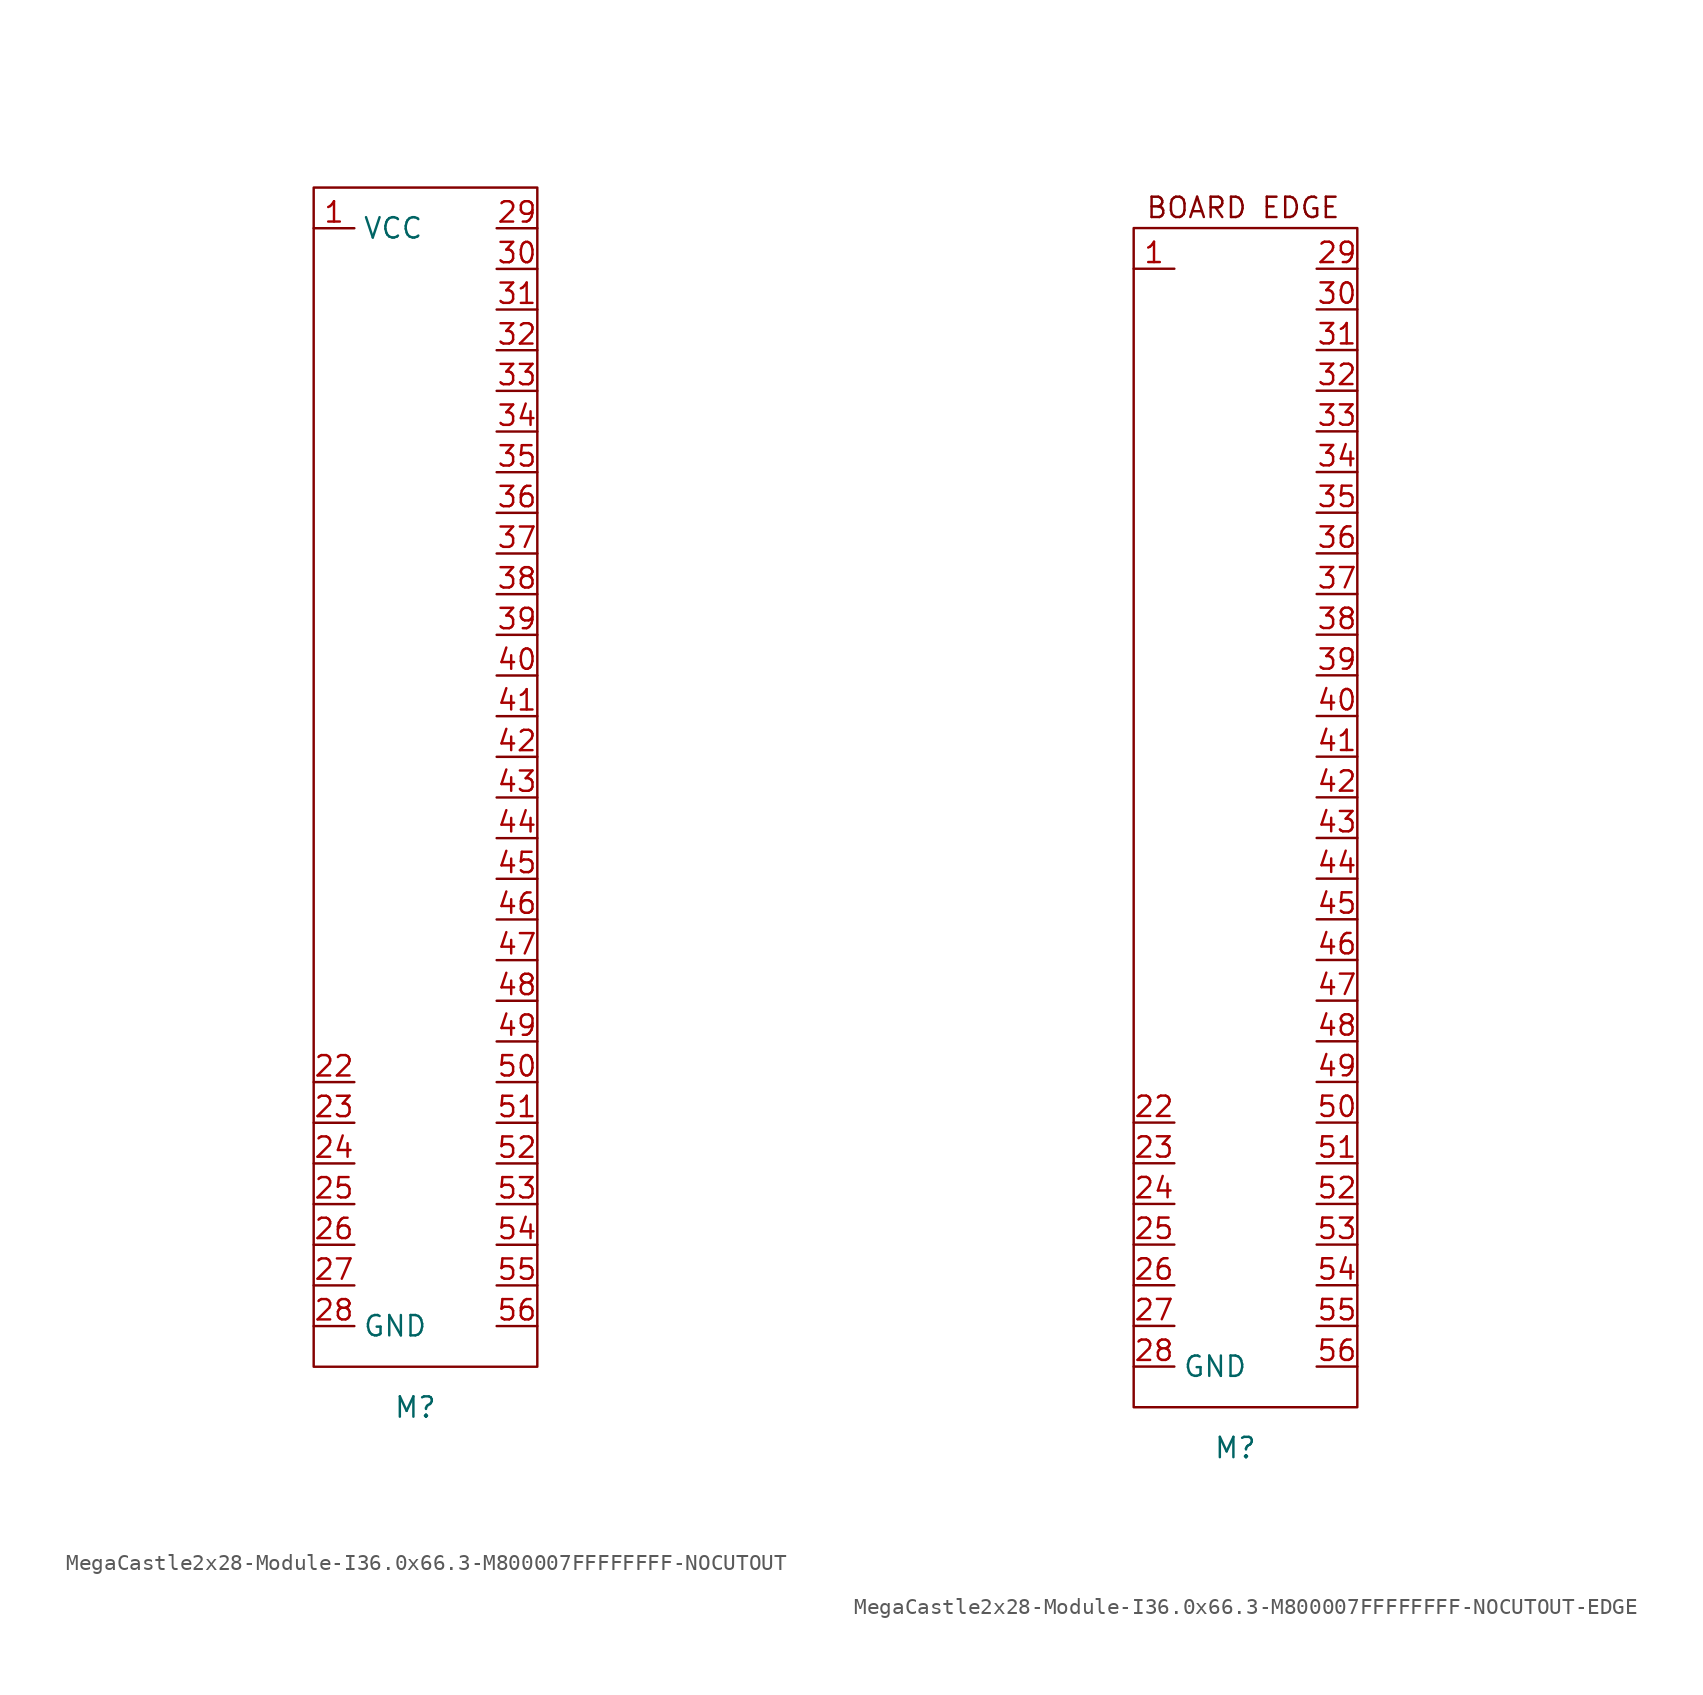
<source format=kicad_sym>
(kicad_symbol_lib
  (version 20231120)
  (generator "kicad_symbol_editor")
  (generator_version "8.0")
  (symbol "MegaCastle2x28-Module-I36.0x66.3-M800007FFFFFFFF-NOCUTOUT"
    (property "Reference" "M"
      (at 0 -39.37 0)
      (effects (font (size 1.27 1.27))))
    (property "Value" ""
      (at 0 5.08 0)
      (effects (font (size 1.27 1.27))))
    (symbol "MegaCastle2x28-Module-I36.0x66.3-M800007FFFFFFFF-NOCUTOUT_0_1"
      (rectangle (start -6.35 36.83) (end 7.62 -36.83) (stroke (width 0) (type default)) (fill (type none))))
    (symbol "MegaCastle2x28-Module-I36.0x66.3-M800007FFFFFFFF-NOCUTOUT_1_1"
      (pin bidirectional line (at -6.35 34.29 0) (length 2.54) (name "VCC" (effects (font (size 1.27 1.27)))) (number "1" (effects (font (size 1.27 1.27)))))
      (pin bidirectional line (at -6.35 -19.05 0) (length 2.54) (name "" (effects (font (size 1.27 1.27)))) (number "22" (effects (font (size 1.27 1.27)))))
      (pin bidirectional line (at -6.35 -21.59 0) (length 2.54) (name "" (effects (font (size 1.27 1.27)))) (number "23" (effects (font (size 1.27 1.27)))))
      (pin bidirectional line (at -6.35 -24.13 0) (length 2.54) (name "" (effects (font (size 1.27 1.27)))) (number "24" (effects (font (size 1.27 1.27)))))
      (pin bidirectional line (at -6.35 -26.67 0) (length 2.54) (name "" (effects (font (size 1.27 1.27)))) (number "25" (effects (font (size 1.27 1.27)))))
      (pin bidirectional line (at -6.35 -29.21 0) (length 2.54) (name "" (effects (font (size 1.27 1.27)))) (number "26" (effects (font (size 1.27 1.27)))))
      (pin bidirectional line (at -6.35 -31.75 0) (length 2.54) (name "" (effects (font (size 1.27 1.27)))) (number "27" (effects (font (size 1.27 1.27)))))
      (pin bidirectional line (at -6.35 -34.29 0) (length 2.54) (name "GND" (effects (font (size 1.27 1.27)))) (number "28" (effects (font (size 1.27 1.27)))))
      (pin bidirectional line (at 7.62 34.29 180) (length 2.54) (name "" (effects (font (size 1.27 1.27)))) (number "29" (effects (font (size 1.27 1.27)))))
      (pin bidirectional line (at 7.62 31.75 180) (length 2.54) (name "" (effects (font (size 1.27 1.27)))) (number "30" (effects (font (size 1.27 1.27)))))
      (pin bidirectional line (at 7.62 29.21 180) (length 2.54) (name "" (effects (font (size 1.27 1.27)))) (number "31" (effects (font (size 1.27 1.27)))))
      (pin bidirectional line (at 7.62 26.67 180) (length 2.54) (name "" (effects (font (size 1.27 1.27)))) (number "32" (effects (font (size 1.27 1.27)))))
      (pin bidirectional line (at 7.62 24.13 180) (length 2.54) (name "" (effects (font (size 1.27 1.27)))) (number "33" (effects (font (size 1.27 1.27)))))
      (pin bidirectional line (at 7.62 21.59 180) (length 2.54) (name "" (effects (font (size 1.27 1.27)))) (number "34" (effects (font (size 1.27 1.27)))))
      (pin bidirectional line (at 7.62 19.05 180) (length 2.54) (name "" (effects (font (size 1.27 1.27)))) (number "35" (effects (font (size 1.27 1.27)))))
      (pin bidirectional line (at 7.62 16.51 180) (length 2.54) (name "" (effects (font (size 1.27 1.27)))) (number "36" (effects (font (size 1.27 1.27)))))
      (pin bidirectional line (at 7.62 13.97 180) (length 2.54) (name "" (effects (font (size 1.27 1.27)))) (number "37" (effects (font (size 1.27 1.27)))))
      (pin bidirectional line (at 7.62 11.43 180) (length 2.54) (name "" (effects (font (size 1.27 1.27)))) (number "38" (effects (font (size 1.27 1.27)))))
      (pin bidirectional line (at 7.62 8.89 180) (length 2.54) (name "" (effects (font (size 1.27 1.27)))) (number "39" (effects (font (size 1.27 1.27)))))
      (pin bidirectional line (at 7.62 6.35 180) (length 2.54) (name "" (effects (font (size 1.27 1.27)))) (number "40" (effects (font (size 1.27 1.27)))))
      (pin bidirectional line (at 7.62 3.81 180) (length 2.54) (name "" (effects (font (size 1.27 1.27)))) (number "41" (effects (font (size 1.27 1.27)))))
      (pin bidirectional line (at 7.62 1.27 180) (length 2.54) (name "" (effects (font (size 1.27 1.27)))) (number "42" (effects (font (size 1.27 1.27)))))
      (pin bidirectional line (at 7.62 -1.27 180) (length 2.54) (name "" (effects (font (size 1.27 1.27)))) (number "43" (effects (font (size 1.27 1.27)))))
      (pin bidirectional line (at 7.62 -3.81 180) (length 2.54) (name "" (effects (font (size 1.27 1.27)))) (number "44" (effects (font (size 1.27 1.27)))))
      (pin bidirectional line (at 7.62 -6.35 180) (length 2.54) (name "" (effects (font (size 1.27 1.27)))) (number "45" (effects (font (size 1.27 1.27)))))
      (pin bidirectional line (at 7.62 -8.89 180) (length 2.54) (name "" (effects (font (size 1.27 1.27)))) (number "46" (effects (font (size 1.27 1.27)))))
      (pin bidirectional line (at 7.62 -11.43 180) (length 2.54) (name "" (effects (font (size 1.27 1.27)))) (number "47" (effects (font (size 1.27 1.27)))))
      (pin bidirectional line (at 7.62 -13.97 180) (length 2.54) (name "" (effects (font (size 1.27 1.27)))) (number "48" (effects (font (size 1.27 1.27)))))
      (pin bidirectional line (at 7.62 -16.51 180) (length 2.54) (name "" (effects (font (size 1.27 1.27)))) (number "49" (effects (font (size 1.27 1.27)))))
      (pin bidirectional line (at 7.62 -19.05 180) (length 2.54) (name "" (effects (font (size 1.27 1.27)))) (number "50" (effects (font (size 1.27 1.27)))))
      (pin bidirectional line (at 7.62 -21.59 180) (length 2.54) (name "" (effects (font (size 1.27 1.27)))) (number "51" (effects (font (size 1.27 1.27)))))
      (pin bidirectional line (at 7.62 -24.13 180) (length 2.54) (name "" (effects (font (size 1.27 1.27)))) (number "52" (effects (font (size 1.27 1.27)))))
      (pin bidirectional line (at 7.62 -26.67 180) (length 2.54) (name "" (effects (font (size 1.27 1.27)))) (number "53" (effects (font (size 1.27 1.27)))))
      (pin bidirectional line (at 7.62 -29.21 180) (length 2.54) (name "" (effects (font (size 1.27 1.27)))) (number "54" (effects (font (size 1.27 1.27)))))
      (pin bidirectional line (at 7.62 -31.75 180) (length 2.54) (name "" (effects (font (size 1.27 1.27)))) (number "55" (effects (font (size 1.27 1.27)))))
      (pin bidirectional line (at 7.62 -34.29 180) (length 2.54) (name "" (effects (font (size 1.27 1.27)))) (number "56" (effects (font (size 1.27 1.27)))))))
  (symbol "MegaCastle2x28-Module-I36.0x66.3-M800007FFFFFFFF-NOCUTOUT-EDGE"
    (property "Reference" "M"
      (at 0 -39.37 0)
      (effects (font (size 1.27 1.27))))
    (property "Value" ""
      (at 0 5.08 0)
      (effects (font (size 1.27 1.27))))
    (symbol "MegaCastle2x28-Module-I36.0x66.3-M800007FFFFFFFF-NOCUTOUT-EDGE_0_1"
      (rectangle (start -6.35 36.83) (end 7.62 -36.83) (stroke (width 0) (type default)) (fill (type none))))
    (symbol "MegaCastle2x28-Module-I36.0x66.3-M800007FFFFFFFF-NOCUTOUT-EDGE_1_1"
      (text " BOARD EDGE" (at 0 38.1 0) (effects (font (size 1.27 1.27))))
      (pin bidirectional line (at -6.35 34.29 0) (length 2.54) (name "" (effects (font (size 1.27 1.27)))) (number "1" (effects (font (size 1.27 1.27)))))
      (pin bidirectional line (at -6.35 -19.05 0) (length 2.54) (name "" (effects (font (size 1.27 1.27)))) (number "22" (effects (font (size 1.27 1.27)))))
      (pin bidirectional line (at -6.35 -21.59 0) (length 2.54) (name "" (effects (font (size 1.27 1.27)))) (number "23" (effects (font (size 1.27 1.27)))))
      (pin bidirectional line (at -6.35 -24.13 0) (length 2.54) (name "" (effects (font (size 1.27 1.27)))) (number "24" (effects (font (size 1.27 1.27)))))
      (pin bidirectional line (at -6.35 -26.67 0) (length 2.54) (name "" (effects (font (size 1.27 1.27)))) (number "25" (effects (font (size 1.27 1.27)))))
      (pin bidirectional line (at -6.35 -29.21 0) (length 2.54) (name "" (effects (font (size 1.27 1.27)))) (number "26" (effects (font (size 1.27 1.27)))))
      (pin bidirectional line (at -6.35 -31.75 0) (length 2.54) (name "" (effects (font (size 1.27 1.27)))) (number "27" (effects (font (size 1.27 1.27)))))
      (pin bidirectional line (at -6.35 -34.29 0) (length 2.54) (name "GND" (effects (font (size 1.27 1.27)))) (number "28" (effects (font (size 1.27 1.27)))))
      (pin bidirectional line (at 7.62 34.29 180) (length 2.54) (name "" (effects (font (size 1.27 1.27)))) (number "29" (effects (font (size 1.27 1.27)))))
      (pin bidirectional line (at 7.62 31.75 180) (length 2.54) (name "" (effects (font (size 1.27 1.27)))) (number "30" (effects (font (size 1.27 1.27)))))
      (pin bidirectional line (at 7.62 29.21 180) (length 2.54) (name "" (effects (font (size 1.27 1.27)))) (number "31" (effects (font (size 1.27 1.27)))))
      (pin bidirectional line (at 7.62 26.67 180) (length 2.54) (name "" (effects (font (size 1.27 1.27)))) (number "32" (effects (font (size 1.27 1.27)))))
      (pin bidirectional line (at 7.62 24.13 180) (length 2.54) (name "" (effects (font (size 1.27 1.27)))) (number "33" (effects (font (size 1.27 1.27)))))
      (pin bidirectional line (at 7.62 21.59 180) (length 2.54) (name "" (effects (font (size 1.27 1.27)))) (number "34" (effects (font (size 1.27 1.27)))))
      (pin bidirectional line (at 7.62 19.05 180) (length 2.54) (name "" (effects (font (size 1.27 1.27)))) (number "35" (effects (font (size 1.27 1.27)))))
      (pin bidirectional line (at 7.62 16.51 180) (length 2.54) (name "" (effects (font (size 1.27 1.27)))) (number "36" (effects (font (size 1.27 1.27)))))
      (pin bidirectional line (at 7.62 13.97 180) (length 2.54) (name "" (effects (font (size 1.27 1.27)))) (number "37" (effects (font (size 1.27 1.27)))))
      (pin bidirectional line (at 7.62 11.43 180) (length 2.54) (name "" (effects (font (size 1.27 1.27)))) (number "38" (effects (font (size 1.27 1.27)))))
      (pin bidirectional line (at 7.62 8.89 180) (length 2.54) (name "" (effects (font (size 1.27 1.27)))) (number "39" (effects (font (size 1.27 1.27)))))
      (pin bidirectional line (at 7.62 6.35 180) (length 2.54) (name "" (effects (font (size 1.27 1.27)))) (number "40" (effects (font (size 1.27 1.27)))))
      (pin bidirectional line (at 7.62 3.81 180) (length 2.54) (name "" (effects (font (size 1.27 1.27)))) (number "41" (effects (font (size 1.27 1.27)))))
      (pin bidirectional line (at 7.62 1.27 180) (length 2.54) (name "" (effects (font (size 1.27 1.27)))) (number "42" (effects (font (size 1.27 1.27)))))
      (pin bidirectional line (at 7.62 -1.27 180) (length 2.54) (name "" (effects (font (size 1.27 1.27)))) (number "43" (effects (font (size 1.27 1.27)))))
      (pin bidirectional line (at 7.62 -3.81 180) (length 2.54) (name "" (effects (font (size 1.27 1.27)))) (number "44" (effects (font (size 1.27 1.27)))))
      (pin bidirectional line (at 7.62 -6.35 180) (length 2.54) (name "" (effects (font (size 1.27 1.27)))) (number "45" (effects (font (size 1.27 1.27)))))
      (pin bidirectional line (at 7.62 -8.89 180) (length 2.54) (name "" (effects (font (size 1.27 1.27)))) (number "46" (effects (font (size 1.27 1.27)))))
      (pin bidirectional line (at 7.62 -11.43 180) (length 2.54) (name "" (effects (font (size 1.27 1.27)))) (number "47" (effects (font (size 1.27 1.27)))))
      (pin bidirectional line (at 7.62 -13.97 180) (length 2.54) (name "" (effects (font (size 1.27 1.27)))) (number "48" (effects (font (size 1.27 1.27)))))
      (pin bidirectional line (at 7.62 -16.51 180) (length 2.54) (name "" (effects (font (size 1.27 1.27)))) (number "49" (effects (font (size 1.27 1.27)))))
      (pin bidirectional line (at 7.62 -19.05 180) (length 2.54) (name "" (effects (font (size 1.27 1.27)))) (number "50" (effects (font (size 1.27 1.27)))))
      (pin bidirectional line (at 7.62 -21.59 180) (length 2.54) (name "" (effects (font (size 1.27 1.27)))) (number "51" (effects (font (size 1.27 1.27)))))
      (pin bidirectional line (at 7.62 -24.13 180) (length 2.54) (name "" (effects (font (size 1.27 1.27)))) (number "52" (effects (font (size 1.27 1.27)))))
      (pin bidirectional line (at 7.62 -26.67 180) (length 2.54) (name "" (effects (font (size 1.27 1.27)))) (number "53" (effects (font (size 1.27 1.27)))))
      (pin bidirectional line (at 7.62 -29.21 180) (length 2.54) (name "" (effects (font (size 1.27 1.27)))) (number "54" (effects (font (size 1.27 1.27)))))
      (pin bidirectional line (at 7.62 -31.75 180) (length 2.54) (name "" (effects (font (size 1.27 1.27)))) (number "55" (effects (font (size 1.27 1.27)))))
      (pin bidirectional line (at 7.62 -34.29 180) (length 2.54) (name "" (effects (font (size 1.27 1.27)))) (number "56" (effects (font (size 1.27 1.27))))))))
</source>
